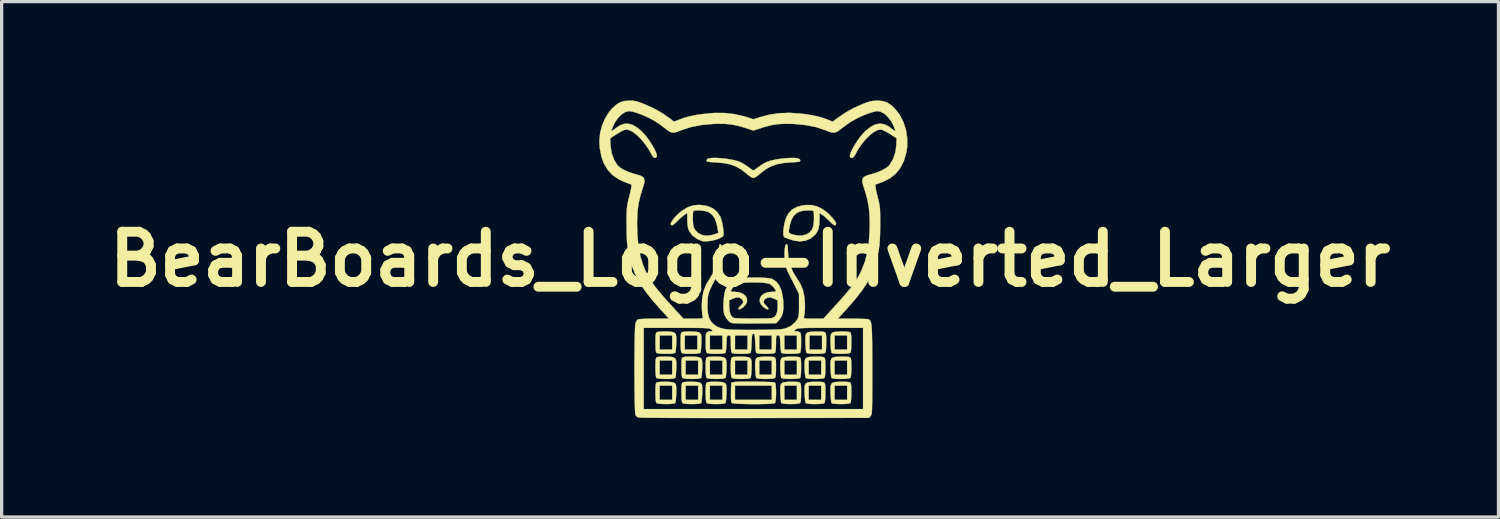
<source format=kicad_pcb>
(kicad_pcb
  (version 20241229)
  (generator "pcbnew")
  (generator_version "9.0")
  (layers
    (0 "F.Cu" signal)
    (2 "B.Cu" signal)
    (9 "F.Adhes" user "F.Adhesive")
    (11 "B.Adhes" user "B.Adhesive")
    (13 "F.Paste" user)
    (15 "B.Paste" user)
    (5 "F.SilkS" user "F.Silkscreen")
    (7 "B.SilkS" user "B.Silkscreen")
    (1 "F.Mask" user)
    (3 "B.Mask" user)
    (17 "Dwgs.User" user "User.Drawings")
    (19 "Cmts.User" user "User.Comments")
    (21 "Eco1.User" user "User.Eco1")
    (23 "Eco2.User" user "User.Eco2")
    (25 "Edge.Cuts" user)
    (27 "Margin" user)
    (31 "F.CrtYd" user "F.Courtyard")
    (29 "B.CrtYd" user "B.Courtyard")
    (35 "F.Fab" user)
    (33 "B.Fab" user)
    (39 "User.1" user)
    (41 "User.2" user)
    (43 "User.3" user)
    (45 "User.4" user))
  (footprint "BearBoards_Logo-Inverted_Larger"
    (layer "F.Cu")
    (at 19.71 4.816)
    (property "Reference" "BearBoards_Logo-Inverted_Larger" (at 0 0 0) (layer "F.SilkS") (effects (font (size 1.524 1.524) (thickness 0.3))))
    (attr through_hole)
    (fp_poly (pts (xy -2.542 2.195) (xy -2.417 2.2) (xy -2.331 2.213) (xy -2.277 2.242) (xy -2.248 2.294) (xy -2.237 2.379) (xy -2.238 2.504) (xy -2.24 2.553) (xy -2.246 2.664) (xy -2.254 2.757) (xy -2.263 2.82) (xy -2.269 2.838) (xy -2.303 2.853) (xy -2.374 2.864) (xy -2.47 2.87) (xy -2.576 2.871) (xy -2.679 2.868) (xy -2.767 2.86) (xy -2.826 2.848) (xy -2.84 2.84) (xy -2.856 2.796) (xy -2.866 2.703) (xy -2.87 2.562) (xy -2.87 2.523) (xy -2.869 2.396) (xy -2.865 2.311) (xy -2.743 2.311) (xy -2.743 2.743) (xy -2.362 2.743) (xy -2.362 2.311) (xy -2.743 2.311) (xy -2.865 2.311) (xy -2.865 2.311) (xy -2.857 2.258) (xy -2.844 2.228) (xy -2.825 2.213) (xy -2.781 2.203) (xy -2.7 2.197) (xy -2.597 2.194) (xy -2.542 2.195)) (stroke (width 0.01) (type solid)) (fill yes) (layer "F.SilkS"))
    (fp_poly (pts (xy -2.542 2.957) (xy -2.417 2.962) (xy -2.331 2.975) (xy -2.277 3.004) (xy -2.248 3.056) (xy -2.237 3.141) (xy -2.238 3.266) (xy -2.24 3.315) (xy -2.246 3.426) (xy -2.254 3.519) (xy -2.263 3.582) (xy -2.269 3.6) (xy -2.303 3.615) (xy -2.374 3.626) (xy -2.47 3.632) (xy -2.576 3.633) (xy -2.679 3.63) (xy -2.767 3.622) (xy -2.826 3.61) (xy -2.84 3.602) (xy -2.856 3.558) (xy -2.866 3.465) (xy -2.87 3.324) (xy -2.87 3.285) (xy -2.869 3.158) (xy -2.865 3.073) (xy -2.743 3.073) (xy -2.743 3.505) (xy -2.362 3.505) (xy -2.362 3.073) (xy -2.743 3.073) (xy -2.865 3.073) (xy -2.865 3.073) (xy -2.857 3.02) (xy -2.844 2.99) (xy -2.825 2.975) (xy -2.781 2.965) (xy -2.7 2.959) (xy -2.597 2.956) (xy -2.542 2.957)) (stroke (width 0.01) (type solid)) (fill yes) (layer "F.SilkS"))
    (fp_poly (pts (xy -2.542 3.719) (xy -2.417 3.724) (xy -2.331 3.737) (xy -2.277 3.766) (xy -2.248 3.818) (xy -2.237 3.903) (xy -2.238 4.028) (xy -2.24 4.077) (xy -2.246 4.188) (xy -2.254 4.281) (xy -2.263 4.344) (xy -2.269 4.362) (xy -2.303 4.377) (xy -2.374 4.388) (xy -2.47 4.394) (xy -2.576 4.395) (xy -2.679 4.392) (xy -2.767 4.384) (xy -2.826 4.372) (xy -2.84 4.364) (xy -2.856 4.32) (xy -2.866 4.227) (xy -2.87 4.086) (xy -2.87 4.047) (xy -2.869 3.92) (xy -2.865 3.835) (xy -2.743 3.835) (xy -2.743 4.267) (xy -2.362 4.267) (xy -2.362 3.835) (xy -2.743 3.835) (xy -2.865 3.835) (xy -2.865 3.835) (xy -2.857 3.782) (xy -2.844 3.752) (xy -2.825 3.737) (xy -2.781 3.727) (xy -2.7 3.721) (xy -2.597 3.718) (xy -2.542 3.719)) (stroke (width 0.01) (type solid)) (fill yes) (layer "F.SilkS"))
    (fp_poly (pts (xy -1.78 2.195) (xy -1.655 2.2) (xy -1.569 2.213) (xy -1.515 2.242) (xy -1.486 2.294) (xy -1.475 2.379) (xy -1.476 2.504) (xy -1.478 2.553) (xy -1.484 2.664) (xy -1.492 2.757) (xy -1.501 2.82) (xy -1.507 2.838) (xy -1.541 2.853) (xy -1.612 2.864) (xy -1.708 2.87) (xy -1.814 2.871) (xy -1.917 2.868) (xy -2.005 2.86) (xy -2.064 2.848) (xy -2.078 2.84) (xy -2.094 2.796) (xy -2.104 2.703) (xy -2.108 2.562) (xy -2.108 2.523) (xy -2.107 2.396) (xy -2.103 2.311) (xy -1.981 2.311) (xy -1.981 2.743) (xy -1.6 2.743) (xy -1.6 2.311) (xy -1.981 2.311) (xy -2.103 2.311) (xy -2.103 2.311) (xy -2.095 2.258) (xy -2.082 2.228) (xy -2.063 2.213) (xy -2.019 2.203) (xy -1.938 2.197) (xy -1.835 2.194) (xy -1.78 2.195)) (stroke (width 0.01) (type solid)) (fill yes) (layer "F.SilkS"))
    (fp_poly (pts (xy -1.755 2.957) (xy -1.63 2.962) (xy -1.544 2.975) (xy -1.489 3.004) (xy -1.46 3.056) (xy -1.45 3.141) (xy -1.451 3.266) (xy -1.453 3.315) (xy -1.458 3.426) (xy -1.467 3.519) (xy -1.476 3.582) (xy -1.482 3.6) (xy -1.516 3.615) (xy -1.587 3.626) (xy -1.682 3.632) (xy -1.788 3.633) (xy -1.892 3.63) (xy -1.979 3.622) (xy -2.038 3.61) (xy -2.052 3.602) (xy -2.068 3.558) (xy -2.078 3.465) (xy -2.083 3.324) (xy -2.083 3.285) (xy -2.082 3.158) (xy -2.078 3.073) (xy -1.956 3.073) (xy -1.956 3.505) (xy -1.575 3.505) (xy -1.575 3.073) (xy -1.956 3.073) (xy -2.078 3.073) (xy -2.078 3.073) (xy -2.07 3.02) (xy -2.057 2.99) (xy -2.038 2.975) (xy -1.994 2.965) (xy -1.913 2.959) (xy -1.809 2.956) (xy -1.755 2.957)) (stroke (width 0.01) (type solid)) (fill yes) (layer "F.SilkS"))
    (fp_poly (pts (xy -1.755 3.719) (xy -1.63 3.724) (xy -1.544 3.737) (xy -1.489 3.766) (xy -1.46 3.818) (xy -1.45 3.903) (xy -1.451 4.028) (xy -1.453 4.077) (xy -1.458 4.188) (xy -1.467 4.281) (xy -1.476 4.344) (xy -1.482 4.362) (xy -1.516 4.377) (xy -1.587 4.388) (xy -1.682 4.394) (xy -1.788 4.395) (xy -1.892 4.392) (xy -1.979 4.384) (xy -2.038 4.372) (xy -2.052 4.364) (xy -2.068 4.32) (xy -2.078 4.227) (xy -2.083 4.086) (xy -2.083 4.047) (xy -2.082 3.92) (xy -2.078 3.835) (xy -1.956 3.835) (xy -1.956 4.267) (xy -1.575 4.267) (xy -1.575 3.835) (xy -1.956 3.835) (xy -2.078 3.835) (xy -2.078 3.835) (xy -2.07 3.782) (xy -2.057 3.752) (xy -2.038 3.737) (xy -1.994 3.727) (xy -1.913 3.721) (xy -1.809 3.718) (xy -1.755 3.719)) (stroke (width 0.01) (type solid)) (fill yes) (layer "F.SilkS"))
    (fp_poly (pts (xy -1.018 2.957) (xy -0.893 2.962) (xy -0.807 2.975) (xy -0.753 3.004) (xy -0.724 3.056) (xy -0.713 3.141) (xy -0.714 3.266) (xy -0.716 3.315) (xy -0.722 3.426) (xy -0.73 3.519) (xy -0.739 3.582) (xy -0.745 3.6) (xy -0.779 3.615) (xy -0.85 3.626) (xy -0.946 3.632) (xy -1.052 3.633) (xy -1.155 3.63) (xy -1.243 3.622) (xy -1.302 3.61) (xy -1.316 3.602) (xy -1.332 3.558) (xy -1.342 3.465) (xy -1.346 3.324) (xy -1.346 3.285) (xy -1.345 3.158) (xy -1.341 3.073) (xy -1.219 3.073) (xy -1.219 3.505) (xy -0.838 3.505) (xy -0.838 3.073) (xy -1.219 3.073) (xy -1.341 3.073) (xy -1.341 3.073) (xy -1.333 3.02) (xy -1.32 2.99) (xy -1.301 2.975) (xy -1.257 2.965) (xy -1.176 2.959) (xy -1.073 2.956) (xy -1.018 2.957)) (stroke (width 0.01) (type solid)) (fill yes) (layer "F.SilkS"))
    (fp_poly (pts (xy -1.018 3.719) (xy -0.893 3.724) (xy -0.807 3.737) (xy -0.753 3.766) (xy -0.724 3.818) (xy -0.713 3.903) (xy -0.714 4.028) (xy -0.716 4.077) (xy -0.722 4.188) (xy -0.73 4.281) (xy -0.739 4.344) (xy -0.745 4.362) (xy -0.779 4.377) (xy -0.85 4.388) (xy -0.946 4.394) (xy -1.052 4.395) (xy -1.155 4.392) (xy -1.243 4.384) (xy -1.302 4.372) (xy -1.316 4.364) (xy -1.332 4.32) (xy -1.342 4.227) (xy -1.346 4.086) (xy -1.346 4.047) (xy -1.345 3.92) (xy -1.341 3.835) (xy -1.219 3.835) (xy -1.219 4.267) (xy -0.838 4.267) (xy -0.838 3.835) (xy -1.219 3.835) (xy -1.341 3.835) (xy -1.341 3.835) (xy -1.333 3.782) (xy -1.32 3.752) (xy -1.301 3.737) (xy -1.257 3.727) (xy -1.176 3.721) (xy -1.073 3.718) (xy -1.018 3.719)) (stroke (width 0.01) (type solid)) (fill yes) (layer "F.SilkS"))
    (fp_poly (pts (xy -0.256 2.957) (xy -0.131 2.962) (xy -0.045 2.975) (xy 0.009 3.004) (xy 0.038 3.056) (xy 0.049 3.141) (xy 0.048 3.266) (xy 0.046 3.315) (xy 0.04 3.426) (xy 0.032 3.519) (xy 0.023 3.582) (xy 0.017 3.6) (xy -0.017 3.615) (xy -0.088 3.626) (xy -0.184 3.632) (xy -0.29 3.633) (xy -0.393 3.63) (xy -0.481 3.622) (xy -0.54 3.61) (xy -0.554 3.602) (xy -0.57 3.558) (xy -0.58 3.465) (xy -0.584 3.324) (xy -0.584 3.285) (xy -0.583 3.158) (xy -0.579 3.073) (xy -0.457 3.073) (xy -0.457 3.505) (xy -0.076 3.505) (xy -0.076 3.073) (xy -0.457 3.073) (xy -0.579 3.073) (xy -0.579 3.073) (xy -0.571 3.02) (xy -0.558 2.99) (xy -0.539 2.975) (xy -0.495 2.965) (xy -0.414 2.959) (xy -0.311 2.956) (xy -0.256 2.957)) (stroke (width 0.01) (type solid)) (fill yes) (layer "F.SilkS"))
    (fp_poly (pts (xy 0.663 2.961) (xy 0.727 2.97) (xy 0.743 2.975) (xy 0.762 2.992) (xy 0.775 3.023) (xy 0.783 3.078) (xy 0.787 3.166) (xy 0.787 3.285) (xy 0.784 3.437) (xy 0.776 3.541) (xy 0.761 3.596) (xy 0.757 3.602) (xy 0.717 3.617) (xy 0.642 3.627) (xy 0.545 3.632) (xy 0.438 3.633) (xy 0.336 3.629) (xy 0.251 3.621) (xy 0.197 3.608) (xy 0.186 3.6) (xy 0.177 3.563) (xy 0.168 3.487) (xy 0.161 3.385) (xy 0.157 3.315) (xy 0.154 3.176) (xy 0.16 3.079) (xy 0.162 3.073) (xy 0.279 3.073) (xy 0.279 3.505) (xy 0.66 3.505) (xy 0.66 3.073) (xy 0.279 3.073) (xy 0.162 3.073) (xy 0.182 3.017) (xy 0.228 2.982) (xy 0.303 2.965) (xy 0.416 2.958) (xy 0.46 2.957) (xy 0.569 2.957) (xy 0.663 2.961)) (stroke (width 0.01) (type solid)) (fill yes) (layer "F.SilkS"))
    (fp_poly (pts (xy 1.425 2.961) (xy 1.489 2.97) (xy 1.505 2.975) (xy 1.524 2.992) (xy 1.537 3.023) (xy 1.545 3.078) (xy 1.549 3.166) (xy 1.549 3.285) (xy 1.546 3.437) (xy 1.538 3.541) (xy 1.523 3.596) (xy 1.519 3.602) (xy 1.479 3.617) (xy 1.404 3.627) (xy 1.307 3.632) (xy 1.2 3.633) (xy 1.098 3.629) (xy 1.013 3.621) (xy 0.959 3.608) (xy 0.948 3.6) (xy 0.939 3.563) (xy 0.93 3.487) (xy 0.923 3.385) (xy 0.919 3.315) (xy 0.916 3.176) (xy 0.922 3.079) (xy 0.924 3.073) (xy 1.041 3.073) (xy 1.041 3.505) (xy 1.422 3.505) (xy 1.422 3.073) (xy 1.041 3.073) (xy 0.924 3.073) (xy 0.944 3.017) (xy 0.99 2.982) (xy 1.065 2.965) (xy 1.178 2.958) (xy 1.222 2.957) (xy 1.331 2.957) (xy 1.425 2.961)) (stroke (width 0.01) (type solid)) (fill yes) (layer "F.SilkS"))
    (fp_poly (pts (xy 1.425 3.723) (xy 1.489 3.732) (xy 1.505 3.737) (xy 1.524 3.754) (xy 1.537 3.785) (xy 1.545 3.84) (xy 1.549 3.928) (xy 1.549 4.047) (xy 1.546 4.199) (xy 1.538 4.303) (xy 1.523 4.358) (xy 1.519 4.364) (xy 1.479 4.379) (xy 1.404 4.389) (xy 1.307 4.394) (xy 1.2 4.395) (xy 1.098 4.391) (xy 1.013 4.383) (xy 0.959 4.37) (xy 0.948 4.362) (xy 0.939 4.325) (xy 0.93 4.249) (xy 0.923 4.147) (xy 0.919 4.077) (xy 0.916 3.938) (xy 0.922 3.841) (xy 0.924 3.835) (xy 1.041 3.835) (xy 1.041 4.267) (xy 1.422 4.267) (xy 1.422 3.835) (xy 1.041 3.835) (xy 0.924 3.835) (xy 0.944 3.779) (xy 0.99 3.744) (xy 1.065 3.727) (xy 1.178 3.72) (xy 1.222 3.719) (xy 1.331 3.719) (xy 1.425 3.723)) (stroke (width 0.01) (type solid)) (fill yes) (layer "F.SilkS"))
    (fp_poly (pts (xy 2.161 2.961) (xy 2.225 2.97) (xy 2.241 2.975) (xy 2.261 2.992) (xy 2.274 3.023) (xy 2.282 3.078) (xy 2.285 3.166) (xy 2.286 3.285) (xy 2.283 3.437) (xy 2.274 3.541) (xy 2.26 3.596) (xy 2.256 3.602) (xy 2.216 3.617) (xy 2.141 3.627) (xy 2.044 3.632) (xy 1.937 3.633) (xy 1.835 3.629) (xy 1.75 3.621) (xy 1.696 3.608) (xy 1.685 3.6) (xy 1.676 3.563) (xy 1.667 3.487) (xy 1.659 3.385) (xy 1.656 3.315) (xy 1.653 3.176) (xy 1.659 3.079) (xy 1.661 3.073) (xy 1.778 3.073) (xy 1.778 3.505) (xy 2.159 3.505) (xy 2.159 3.073) (xy 1.778 3.073) (xy 1.661 3.073) (xy 1.681 3.017) (xy 1.727 2.982) (xy 1.802 2.965) (xy 1.914 2.958) (xy 1.958 2.957) (xy 2.068 2.957) (xy 2.161 2.961)) (stroke (width 0.01) (type solid)) (fill yes) (layer "F.SilkS"))
    (fp_poly (pts (xy 2.161 3.723) (xy 2.225 3.732) (xy 2.241 3.737) (xy 2.261 3.754) (xy 2.274 3.785) (xy 2.282 3.84) (xy 2.285 3.928) (xy 2.286 4.047) (xy 2.283 4.199) (xy 2.274 4.303) (xy 2.26 4.358) (xy 2.256 4.364) (xy 2.216 4.379) (xy 2.141 4.389) (xy 2.044 4.394) (xy 1.937 4.395) (xy 1.835 4.391) (xy 1.75 4.383) (xy 1.696 4.37) (xy 1.685 4.362) (xy 1.676 4.325) (xy 1.667 4.249) (xy 1.659 4.147) (xy 1.656 4.077) (xy 1.653 3.938) (xy 1.659 3.841) (xy 1.661 3.835) (xy 1.778 3.835) (xy 1.778 4.267) (xy 2.159 4.267) (xy 2.159 3.835) (xy 1.778 3.835) (xy 1.661 3.835) (xy 1.681 3.779) (xy 1.727 3.744) (xy 1.802 3.727) (xy 1.914 3.72) (xy 1.958 3.719) (xy 2.068 3.719) (xy 2.161 3.723)) (stroke (width 0.01) (type solid)) (fill yes) (layer "F.SilkS"))
    (fp_poly (pts (xy 2.187 2.199) (xy 2.251 2.208) (xy 2.267 2.213) (xy 2.286 2.23) (xy 2.299 2.261) (xy 2.307 2.316) (xy 2.311 2.404) (xy 2.311 2.523) (xy 2.308 2.675) (xy 2.3 2.779) (xy 2.285 2.834) (xy 2.281 2.84) (xy 2.241 2.855) (xy 2.166 2.865) (xy 2.069 2.87) (xy 1.962 2.871) (xy 1.86 2.867) (xy 1.775 2.859) (xy 1.721 2.846) (xy 1.71 2.838) (xy 1.701 2.801) (xy 1.692 2.725) (xy 1.685 2.623) (xy 1.681 2.553) (xy 1.678 2.414) (xy 1.684 2.317) (xy 1.686 2.311) (xy 1.803 2.311) (xy 1.803 2.743) (xy 2.184 2.743) (xy 2.184 2.311) (xy 1.803 2.311) (xy 1.686 2.311) (xy 1.706 2.255) (xy 1.752 2.22) (xy 1.827 2.203) (xy 1.94 2.196) (xy 1.984 2.195) (xy 2.093 2.195) (xy 2.187 2.199)) (stroke (width 0.01) (type solid)) (fill yes) (layer "F.SilkS"))
    (fp_poly (pts (xy 2.949 2.199) (xy 3.013 2.208) (xy 3.029 2.213) (xy 3.048 2.23) (xy 3.061 2.261) (xy 3.069 2.316) (xy 3.073 2.404) (xy 3.073 2.523) (xy 3.07 2.675) (xy 3.062 2.779) (xy 3.047 2.834) (xy 3.043 2.84) (xy 3.003 2.855) (xy 2.928 2.865) (xy 2.831 2.87) (xy 2.724 2.871) (xy 2.622 2.867) (xy 2.537 2.859) (xy 2.483 2.846) (xy 2.472 2.838) (xy 2.463 2.801) (xy 2.454 2.725) (xy 2.447 2.623) (xy 2.443 2.553) (xy 2.44 2.414) (xy 2.446 2.317) (xy 2.448 2.311) (xy 2.565 2.311) (xy 2.565 2.743) (xy 2.946 2.743) (xy 2.946 2.311) (xy 2.565 2.311) (xy 2.448 2.311) (xy 2.468 2.255) (xy 2.514 2.22) (xy 2.589 2.203) (xy 2.702 2.196) (xy 2.746 2.195) (xy 2.855 2.195) (xy 2.949 2.199)) (stroke (width 0.01) (type solid)) (fill yes) (layer "F.SilkS"))
    (fp_poly (pts (xy 2.949 2.961) (xy 3.013 2.97) (xy 3.029 2.975) (xy 3.048 2.992) (xy 3.061 3.023) (xy 3.069 3.078) (xy 3.073 3.166) (xy 3.073 3.285) (xy 3.07 3.437) (xy 3.062 3.541) (xy 3.047 3.596) (xy 3.043 3.602) (xy 3.003 3.617) (xy 2.928 3.627) (xy 2.831 3.632) (xy 2.724 3.633) (xy 2.622 3.629) (xy 2.537 3.621) (xy 2.483 3.608) (xy 2.472 3.6) (xy 2.463 3.563) (xy 2.454 3.487) (xy 2.447 3.385) (xy 2.443 3.315) (xy 2.44 3.176) (xy 2.446 3.079) (xy 2.448 3.073) (xy 2.565 3.073) (xy 2.565 3.505) (xy 2.946 3.505) (xy 2.946 3.073) (xy 2.565 3.073) (xy 2.448 3.073) (xy 2.468 3.017) (xy 2.514 2.982) (xy 2.589 2.965) (xy 2.702 2.958) (xy 2.746 2.957) (xy 2.855 2.957) (xy 2.949 2.961)) (stroke (width 0.01) (type solid)) (fill yes) (layer "F.SilkS"))
    (fp_poly (pts (xy 2.949 3.723) (xy 3.013 3.732) (xy 3.029 3.737) (xy 3.048 3.754) (xy 3.061 3.785) (xy 3.069 3.84) (xy 3.073 3.928) (xy 3.073 4.047) (xy 3.07 4.199) (xy 3.062 4.303) (xy 3.047 4.358) (xy 3.043 4.364) (xy 3.003 4.379) (xy 2.928 4.389) (xy 2.831 4.394) (xy 2.724 4.395) (xy 2.622 4.391) (xy 2.537 4.383) (xy 2.483 4.37) (xy 2.472 4.362) (xy 2.463 4.325) (xy 2.454 4.249) (xy 2.447 4.147) (xy 2.443 4.077) (xy 2.44 3.938) (xy 2.446 3.841) (xy 2.448 3.835) (xy 2.565 3.835) (xy 2.565 4.267) (xy 2.946 4.267) (xy 2.946 3.835) (xy 2.565 3.835) (xy 2.448 3.835) (xy 2.468 3.779) (xy 2.514 3.744) (xy 2.589 3.727) (xy 2.702 3.72) (xy 2.746 3.719) (xy 2.855 3.719) (xy 2.949 3.723)) (stroke (width 0.01) (type solid)) (fill yes) (layer "F.SilkS"))
    (fp_poly (pts (xy 0.053 3.715) (xy 0.21 3.716) (xy 0.363 3.719) (xy 0.502 3.723) (xy 0.619 3.727) (xy 0.705 3.733) (xy 0.752 3.74) (xy 0.756 3.742) (xy 0.77 3.776) (xy 0.78 3.847) (xy 0.787 3.945) (xy 0.789 4.054) (xy 0.787 4.164) (xy 0.78 4.261) (xy 0.77 4.332) (xy 0.757 4.364) (xy 0.721 4.375) (xy 0.643 4.383) (xy 0.532 4.39) (xy 0.396 4.394) (xy 0.244 4.397) (xy 0.085 4.397) (xy -0.074 4.395) (xy -0.224 4.391) (xy -0.356 4.386) (xy -0.461 4.378) (xy -0.531 4.368) (xy -0.557 4.359) (xy -0.571 4.312) (xy -0.579 4.216) (xy -0.579 4.071) (xy -0.579 4.037) (xy -0.574 3.835) (xy -0.457 3.835) (xy -0.457 4.267) (xy 0.66 4.267) (xy 0.66 3.835) (xy -0.457 3.835) (xy -0.574 3.835) (xy -0.572 3.75) (xy -0.495 3.729) (xy -0.447 3.723) (xy -0.359 3.719) (xy -0.241 3.716) (xy -0.1 3.715) (xy 0.053 3.715)) (stroke (width 0.01) (type solid)) (fill yes) (layer "F.SilkS"))
    (fp_poly (pts (xy 1.381 -3.071) (xy 1.467 -3.057) (xy 1.512 -3.028) (xy 1.524 -2.998) (xy 1.518 -2.977) (xy 1.495 -2.963) (xy 1.446 -2.953) (xy 1.363 -2.946) (xy 1.251 -2.94) (xy 1.013 -2.919) (xy 0.813 -2.881) (xy 0.639 -2.82) (xy 0.483 -2.735) (xy 0.331 -2.619) (xy 0.311 -2.601) (xy 0.217 -2.524) (xy 0.141 -2.478) (xy 0.098 -2.465) (xy 0.047 -2.483) (xy -0.028 -2.532) (xy -0.114 -2.603) (xy -0.262 -2.721) (xy -0.415 -2.81) (xy -0.582 -2.873) (xy -0.774 -2.914) (xy -1.003 -2.937) (xy -1.048 -2.94) (xy -1.17 -2.946) (xy -1.249 -2.954) (xy -1.295 -2.964) (xy -1.316 -2.979) (xy -1.321 -2.998) (xy -1.299 -3.038) (xy -1.264 -3.057) (xy -1.162 -3.072) (xy -1.026 -3.074) (xy -0.867 -3.064) (xy -0.701 -3.045) (xy -0.54 -3.018) (xy -0.399 -2.984) (xy -0.301 -2.95) (xy -0.221 -2.908) (xy -0.124 -2.848) (xy -0.051 -2.797) (xy 0.02 -2.745) (xy 0.075 -2.707) (xy 0.101 -2.692) (xy 0.102 -2.692) (xy 0.127 -2.707) (xy 0.182 -2.744) (xy 0.253 -2.796) (xy 0.255 -2.797) (xy 0.346 -2.861) (xy 0.441 -2.918) (xy 0.505 -2.95) (xy 0.619 -2.989) (xy 0.764 -3.022) (xy 0.926 -3.048) (xy 1.092 -3.066) (xy 1.248 -3.074) (xy 1.381 -3.071)) (stroke (width 0.01) (type solid)) (fill yes) (layer "F.SilkS"))
    (fp_poly (pts (xy -1.489 -1.645) (xy -1.293 -1.613) (xy -1.13 -1.543) (xy -1.001 -1.438) (xy -0.908 -1.3) (xy -0.879 -1.226) (xy -0.85 -1.122) (xy -0.827 -1.006) (xy -0.811 -0.892) (xy -0.804 -0.795) (xy -0.808 -0.727) (xy -0.813 -0.711) (xy -0.86 -0.667) (xy -0.945 -0.625) (xy -1.055 -0.588) (xy -1.177 -0.561) (xy -1.298 -0.545) (xy -1.405 -0.543) (xy -1.473 -0.556) (xy -1.626 -0.626) (xy -1.752 -0.725) (xy -1.842 -0.844) (xy -1.878 -0.933) (xy -1.892 -1.008) (xy -1.901 -1.111) (xy -1.905 -1.214) (xy -1.905 -1.263) (xy -1.736 -1.263) (xy -1.736 -1.217) (xy -1.731 -1.097) (xy -1.721 -1.012) (xy -1.701 -0.949) (xy -1.676 -0.901) (xy -1.586 -0.802) (xy -1.467 -0.739) (xy -1.325 -0.714) (xy -1.169 -0.73) (xy -1.085 -0.755) (xy -0.963 -0.798) (xy -0.978 -0.901) (xy -1.017 -1.09) (xy -1.07 -1.235) (xy -1.141 -1.341) (xy -1.233 -1.414) (xy -1.314 -1.45) (xy -1.39 -1.467) (xy -1.483 -1.479) (xy -1.579 -1.483) (xy -1.66 -1.48) (xy -1.711 -1.469) (xy -1.719 -1.465) (xy -1.728 -1.431) (xy -1.734 -1.36) (xy -1.736 -1.263) (xy -1.905 -1.263) (xy -1.905 -1.4) (xy -1.983 -1.354) (xy -2.038 -1.313) (xy -2.113 -1.248) (xy -2.192 -1.171) (xy -2.202 -1.161) (xy -2.287 -1.078) (xy -2.347 -1.035) (xy -2.385 -1.03) (xy -2.406 -1.062) (xy -2.408 -1.071) (xy -2.395 -1.116) (xy -2.352 -1.184) (xy -2.287 -1.265) (xy -2.207 -1.35) (xy -2.122 -1.428) (xy -2.065 -1.472) (xy -1.902 -1.572) (xy -1.743 -1.629) (xy -1.574 -1.648) (xy -1.489 -1.645)) (stroke (width 0.01) (type solid)) (fill yes) (layer "F.SilkS"))
    (fp_poly (pts (xy 1.872 -1.642) (xy 2.034 -1.602) (xy 2.193 -1.523) (xy 2.268 -1.472) (xy 2.354 -1.404) (xy 2.438 -1.322) (xy 2.514 -1.237) (xy 2.573 -1.16) (xy 2.607 -1.098) (xy 2.611 -1.071) (xy 2.593 -1.033) (xy 2.558 -1.032) (xy 2.503 -1.068) (xy 2.422 -1.144) (xy 2.405 -1.161) (xy 2.327 -1.238) (xy 2.251 -1.306) (xy 2.192 -1.35) (xy 2.186 -1.354) (xy 2.108 -1.4) (xy 2.108 -1.214) (xy 2.1 -1.05) (xy 2.076 -0.923) (xy 2.03 -0.821) (xy 1.976 -0.747) (xy 1.845 -0.634) (xy 1.692 -0.565) (xy 1.521 -0.542) (xy 1.335 -0.565) (xy 1.232 -0.596) (xy 1.146 -0.627) (xy 1.081 -0.65) (xy 1.05 -0.66) (xy 1.049 -0.66) (xy 1.034 -0.68) (xy 1.018 -0.707) (xy 1.008 -0.761) (xy 1.01 -0.838) (xy 1.174 -0.838) (xy 1.185 -0.802) (xy 1.225 -0.777) (xy 1.275 -0.757) (xy 1.425 -0.72) (xy 1.574 -0.718) (xy 1.707 -0.752) (xy 1.726 -0.761) (xy 1.817 -0.822) (xy 1.88 -0.901) (xy 1.919 -1.007) (xy 1.937 -1.149) (xy 1.939 -1.217) (xy 1.939 -1.321) (xy 1.934 -1.404) (xy 1.926 -1.456) (xy 1.922 -1.465) (xy 1.882 -1.478) (xy 1.808 -1.483) (xy 1.715 -1.481) (xy 1.619 -1.471) (xy 1.537 -1.456) (xy 1.517 -1.45) (xy 1.408 -1.397) (xy 1.322 -1.315) (xy 1.257 -1.198) (xy 1.208 -1.041) (xy 1.182 -0.901) (xy 1.174 -0.838) (xy 1.01 -0.838) (xy 1.01 -0.85) (xy 1.022 -0.962) (xy 1.044 -1.081) (xy 1.073 -1.196) (xy 1.082 -1.226) (xy 1.158 -1.38) (xy 1.27 -1.5) (xy 1.419 -1.586) (xy 1.6 -1.635) (xy 1.692 -1.645) (xy 1.872 -1.642)) (stroke (width 0.01) (type solid)) (fill yes) (layer "F.SilkS"))
    (fp_poly (pts (xy 0.297 0.558) (xy 0.442 0.565) (xy 0.562 0.576) (xy 0.649 0.591) (xy 0.676 0.6) (xy 0.797 0.683) (xy 0.89 0.805) (xy 0.957 0.967) (xy 0.997 1.17) (xy 1.008 1.295) (xy 1.012 1.471) (xy 0.998 1.609) (xy 0.964 1.72) (xy 0.908 1.813) (xy 0.877 1.85) (xy 0.791 1.943) (xy 0.135 1.948) (xy -0.045 1.949) (xy -0.21 1.948) (xy -0.353 1.946) (xy -0.467 1.942) (xy -0.543 1.937) (xy -0.574 1.932) (xy -0.646 1.881) (xy -0.717 1.796) (xy -0.772 1.696) (xy -0.79 1.643) (xy -0.804 1.55) (xy -0.808 1.423) (xy -0.803 1.281) (xy -0.8 1.249) (xy -0.635 1.249) (xy -0.635 1.431) (xy -0.623 1.579) (xy -0.588 1.691) (xy -0.532 1.762) (xy -0.478 1.785) (xy -0.426 1.79) (xy -0.334 1.794) (xy -0.211 1.797) (xy -0.068 1.799) (xy 0.085 1.8) (xy 0.239 1.799) (xy 0.383 1.798) (xy 0.507 1.796) (xy 0.602 1.792) (xy 0.657 1.788) (xy 0.66 1.787) (xy 0.742 1.751) (xy 0.798 1.678) (xy 0.83 1.565) (xy 0.838 1.431) (xy 0.838 1.249) (xy 0.725 1.194) (xy 0.62 1.158) (xy 0.535 1.163) (xy 0.455 1.21) (xy 0.451 1.213) (xy 0.411 1.272) (xy 0.421 1.336) (xy 0.482 1.405) (xy 0.483 1.406) (xy 0.543 1.467) (xy 0.561 1.508) (xy 0.541 1.522) (xy 0.49 1.507) (xy 0.417 1.461) (xy 0.333 1.373) (xy 0.295 1.282) (xy 0.299 1.192) (xy 0.342 1.111) (xy 0.422 1.046) (xy 0.533 1.004) (xy 0.658 0.991) (xy 0.731 0.988) (xy 0.778 0.98) (xy 0.787 0.975) (xy 0.769 0.923) (xy 0.722 0.859) (xy 0.661 0.797) (xy 0.599 0.752) (xy 0.593 0.749) (xy 0.522 0.729) (xy 0.412 0.714) (xy 0.276 0.705) (xy 0.125 0.702) (xy -0.027 0.704) (xy -0.168 0.711) (xy -0.288 0.724) (xy -0.373 0.742) (xy -0.39 0.749) (xy -0.452 0.791) (xy -0.514 0.853) (xy -0.562 0.918) (xy -0.584 0.971) (xy -0.584 0.975) (xy -0.561 0.984) (xy -0.503 0.989) (xy -0.455 0.991) (xy -0.317 1.007) (xy -0.209 1.052) (xy -0.133 1.119) (xy -0.093 1.201) (xy -0.093 1.291) (xy -0.136 1.383) (xy -0.214 1.461) (xy -0.29 1.509) (xy -0.34 1.522) (xy -0.358 1.506) (xy -0.338 1.465) (xy -0.279 1.406) (xy -0.218 1.337) (xy -0.208 1.273) (xy -0.247 1.214) (xy -0.248 1.213) (xy -0.327 1.164) (xy -0.412 1.157) (xy -0.515 1.191) (xy -0.521 1.194) (xy -0.635 1.249) (xy -0.8 1.249) (xy -0.79 1.138) (xy -0.77 1.013) (xy -0.75 0.938) (xy -0.685 0.805) (xy -0.595 0.69) (xy -0.491 0.609) (xy -0.473 0.6) (xy -0.409 0.583) (xy -0.306 0.57) (xy -0.172 0.561) (xy -0.02 0.556) (xy 0.14 0.555) (xy 0.297 0.558)) (stroke (width 0.01) (type solid)) (fill yes) (layer "F.SilkS"))
    (fp_poly (pts (xy 4.017 -4.8) (xy 4.147 -4.761) (xy 4.268 -4.687) (xy 4.383 -4.582) (xy 4.534 -4.391) (xy 4.65 -4.17) (xy 4.73 -3.927) (xy 4.769 -3.671) (xy 4.768 -3.41) (xy 4.741 -3.23) (xy 4.667 -2.981) (xy 4.56 -2.769) (xy 4.418 -2.594) (xy 4.24 -2.453) (xy 4.025 -2.346) (xy 3.924 -2.311) (xy 3.856 -2.287) (xy 3.809 -2.266) (xy 3.802 -2.261) (xy 3.8 -2.23) (xy 3.81 -2.161) (xy 3.83 -2.061) (xy 3.858 -1.942) (xy 3.865 -1.915) (xy 3.893 -1.805) (xy 3.914 -1.715) (xy 3.929 -1.635) (xy 3.939 -1.554) (xy 3.945 -1.461) (xy 3.948 -1.348) (xy 3.949 -1.202) (xy 3.949 -1.041) (xy 3.946 -0.799) (xy 3.938 -0.596) (xy 3.924 -0.42) (xy 3.902 -0.26) (xy 3.87 -0.103) (xy 3.826 0.061) (xy 3.782 0.207) (xy 3.714 0.395) (xy 3.629 0.578) (xy 3.523 0.764) (xy 3.391 0.957) (xy 3.229 1.166) (xy 3.033 1.397) (xy 2.935 1.506) (xy 2.666 1.803) (xy 3.112 1.803) (xy 3.267 1.805) (xy 3.403 1.809) (xy 3.511 1.815) (xy 3.583 1.823) (xy 3.607 1.829) (xy 3.629 1.844) (xy 3.647 1.865) (xy 3.662 1.898) (xy 3.674 1.947) (xy 3.684 2.014) (xy 3.692 2.104) (xy 3.698 2.221) (xy 3.702 2.369) (xy 3.705 2.551) (xy 3.707 2.772) (xy 3.708 3.037) (xy 3.708 3.347) (xy 3.708 3.369) (xy 3.708 3.663) (xy 3.708 3.91) (xy 3.707 4.115) (xy 3.706 4.281) (xy 3.704 4.414) (xy 3.701 4.518) (xy 3.698 4.596) (xy 3.693 4.653) (xy 3.687 4.693) (xy 3.679 4.72) (xy 3.67 4.739) (xy 3.66 4.753) (xy 3.611 4.813) (xy 0.136 4.818) (xy -0.302 4.819) (xy -0.721 4.819) (xy -1.12 4.819) (xy -1.496 4.818) (xy -1.846 4.817) (xy -2.167 4.816) (xy -2.457 4.815) (xy -2.713 4.813) (xy -2.933 4.811) (xy -3.113 4.809) (xy -3.251 4.807) (xy -3.345 4.804) (xy -3.391 4.801) (xy -3.396 4.801) (xy -3.452 4.761) (xy -3.478 4.728) (xy -3.484 4.691) (xy -3.489 4.61) (xy -3.494 4.489) (xy -3.498 4.335) (xy -3.501 4.154) (xy -3.503 3.951) (xy -3.505 3.732) (xy -3.506 3.504) (xy -3.506 3.271) (xy -3.505 3.039) (xy -3.504 2.815) (xy -3.502 2.605) (xy -3.499 2.414) (xy -3.495 2.247) (xy -3.491 2.111) (xy -3.489 2.083) (xy -3.226 2.083) (xy -3.226 4.547) (xy 3.429 4.547) (xy 3.429 2.083) (xy 2.436 2.083) (xy 2.185 2.083) (xy 1.98 2.083) (xy 1.815 2.084) (xy 1.686 2.086) (xy 1.588 2.089) (xy 1.516 2.093) (xy 1.465 2.099) (xy 1.429 2.107) (xy 1.405 2.116) (xy 1.385 2.128) (xy 1.379 2.134) (xy 1.342 2.17) (xy 1.353 2.188) (xy 1.41 2.187) (xy 1.416 2.186) (xy 1.462 2.194) (xy 1.498 2.21) (xy 1.521 2.226) (xy 1.535 2.252) (xy 1.544 2.298) (xy 1.548 2.374) (xy 1.549 2.488) (xy 1.549 2.523) (xy 1.546 2.675) (xy 1.538 2.779) (xy 1.523 2.834) (xy 1.519 2.84) (xy 1.479 2.855) (xy 1.404 2.865) (xy 1.307 2.87) (xy 1.201 2.871) (xy 1.098 2.868) (xy 1.014 2.859) (xy 0.96 2.846) (xy 0.948 2.838) (xy 0.939 2.801) (xy 0.93 2.725) (xy 0.922 2.624) (xy 0.919 2.559) (xy 0.913 2.445) (xy 0.907 2.373) (xy 0.898 2.333) (xy 0.881 2.316) (xy 0.856 2.311) (xy 0.848 2.311) (xy 1.041 2.311) (xy 1.041 2.743) (xy 1.422 2.743) (xy 1.422 2.311) (xy 1.041 2.311) (xy 0.848 2.311) (xy 0.82 2.313) (xy 0.803 2.325) (xy 0.793 2.357) (xy 0.788 2.417) (xy 0.787 2.516) (xy 0.787 2.56) (xy 0.784 2.696) (xy 0.774 2.79) (xy 0.759 2.838) (xy 0.757 2.84) (xy 0.717 2.855) (xy 0.642 2.865) (xy 0.545 2.87) (xy 0.438 2.871) (xy 0.336 2.867) (xy 0.251 2.859) (xy 0.197 2.846) (xy 0.186 2.838) (xy 0.177 2.801) (xy 0.168 2.725) (xy 0.161 2.622) (xy 0.156 2.534) (xy 0.151 2.412) (xy 0.145 2.333) (xy 0.141 2.311) (xy 0.279 2.311) (xy 0.279 2.743) (xy 0.66 2.743) (xy 0.66 2.311) (xy 0.279 2.311) (xy 0.141 2.311) (xy 0.135 2.287) (xy 0.121 2.266) (xy 0.102 2.261) (xy 0.081 2.266) (xy 0.067 2.288) (xy 0.058 2.334) (xy 0.052 2.415) (xy 0.047 2.534) (xy 0.041 2.649) (xy 0.033 2.746) (xy 0.024 2.814) (xy 0.017 2.838) (xy -0.017 2.853) (xy -0.088 2.864) (xy -0.184 2.87) (xy -0.29 2.871) (xy -0.393 2.868) (xy -0.481 2.86) (xy -0.54 2.848) (xy -0.554 2.84) (xy -0.57 2.796) (xy -0.58 2.706) (xy -0.584 2.575) (xy -0.584 2.56) (xy -0.585 2.446) (xy -0.588 2.374) (xy -0.595 2.334) (xy -0.61 2.316) (xy -0.634 2.312) (xy -0.645 2.311) (xy -0.457 2.311) (xy -0.457 2.743) (xy -0.076 2.743) (xy -0.076 2.311) (xy -0.457 2.311) (xy -0.645 2.311) (xy -0.673 2.314) (xy -0.691 2.327) (xy -0.702 2.36) (xy -0.709 2.423) (xy -0.714 2.524) (xy -0.715 2.559) (xy -0.722 2.669) (xy -0.73 2.761) (xy -0.74 2.822) (xy -0.745 2.838) (xy -0.779 2.853) (xy -0.85 2.864) (xy -0.945 2.87) (xy -1.052 2.871) (xy -1.155 2.868) (xy -1.243 2.86) (xy -1.301 2.848) (xy -1.316 2.84) (xy -1.332 2.796) (xy -1.342 2.703) (xy -1.346 2.562) (xy -1.346 2.523) (xy -1.345 2.398) (xy -1.342 2.314) (xy -1.342 2.311) (xy -1.219 2.311) (xy -1.219 2.743) (xy -0.838 2.743) (xy -0.838 2.311) (xy -1.219 2.311) (xy -1.342 2.311) (xy -1.335 2.261) (xy -1.322 2.231) (xy -1.301 2.213) (xy -1.295 2.21) (xy -1.241 2.189) (xy -1.213 2.186) (xy -1.152 2.188) (xy -1.138 2.172) (xy -1.171 2.137) (xy -1.175 2.134) (xy -1.194 2.121) (xy -1.216 2.11) (xy -1.246 2.102) (xy -1.291 2.095) (xy -1.355 2.091) (xy -1.442 2.087) (xy -1.558 2.085) (xy -1.708 2.084) (xy -1.897 2.083) (xy -2.13 2.083) (xy -2.233 2.083) (xy -3.226 2.083) (xy -3.489 2.083) (xy -3.486 2.012) (xy -3.48 1.956) (xy -3.479 1.95) (xy -3.449 1.881) (xy -3.411 1.834) (xy -3.404 1.829) (xy -3.363 1.82) (xy -3.279 1.813) (xy -3.162 1.807) (xy -3.02 1.804) (xy -2.909 1.803) (xy -2.462 1.803) (xy -2.733 1.505) (xy -2.95 1.258) (xy -3.131 1.033) (xy -3.28 0.825) (xy -3.402 0.624) (xy -3.5 0.424) (xy -3.579 0.216) (xy -3.643 -0.007) (xy -3.687 -0.207) (xy -3.707 -0.316) (xy -3.722 -0.419) (xy -3.733 -0.526) (xy -3.74 -0.647) (xy -3.744 -0.795) (xy -3.745 -0.979) (xy -3.746 -1.041) (xy -3.746 -1.223) (xy -3.745 -1.363) (xy -3.741 -1.474) (xy -3.735 -1.564) (xy -3.724 -1.645) (xy -3.709 -1.726) (xy -3.687 -1.818) (xy -3.662 -1.915) (xy -3.632 -2.037) (xy -3.61 -2.141) (xy -3.598 -2.218) (xy -3.597 -2.258) (xy -3.599 -2.261) (xy -3.634 -2.28) (xy -3.699 -2.304) (xy -3.721 -2.311) (xy -3.795 -2.339) (xy -3.893 -2.382) (xy -3.994 -2.432) (xy -3.997 -2.434) (xy -4.172 -2.552) (xy -4.317 -2.71) (xy -4.432 -2.902) (xy -4.513 -3.126) (xy -4.56 -3.377) (xy -4.572 -3.582) (xy -4.564 -3.67) (xy -4.245 -3.67) (xy -4.234 -3.451) (xy -4.2 -3.219) (xy -4.123 -3.011) (xy -4.024 -2.853) (xy -3.949 -2.784) (xy -3.834 -2.714) (xy -3.688 -2.648) (xy -3.522 -2.592) (xy -3.467 -2.577) (xy -3.343 -2.541) (xy -3.26 -2.501) (xy -3.215 -2.448) (xy -3.203 -2.375) (xy -3.22 -2.273) (xy -3.263 -2.137) (xy -3.334 -1.904) (xy -3.384 -1.682) (xy -3.414 -1.456) (xy -3.427 -1.207) (xy -3.429 -1.074) (xy -3.418 -0.708) (xy -3.385 -0.382) (xy -3.329 -0.091) (xy -3.248 0.173) (xy -3.188 0.319) (xy -3.127 0.445) (xy -3.061 0.565) (xy -2.985 0.685) (xy -2.895 0.812) (xy -2.785 0.951) (xy -2.652 1.109) (xy -2.49 1.292) (xy -2.348 1.448) (xy -2.023 1.803) (xy -1.721 1.803) (xy -1.593 1.803) (xy -1.508 1.8) (xy -1.458 1.794) (xy -1.434 1.784) (xy -1.43 1.768) (xy -1.432 1.759) (xy -1.451 1.657) (xy -1.462 1.522) (xy -1.463 1.372) (xy -1.456 1.224) (xy -1.45 1.171) (xy -1.406 0.955) (xy -1.329 0.76) (xy -1.211 0.569) (xy -1.211 0.568) (xy -1.086 0.362) (xy -1.002 0.14) (xy -0.954 -0.106) (xy -0.941 -0.337) (xy -0.935 -0.416) (xy -0.918 -0.452) (xy -0.904 -0.457) (xy -0.877 -0.434) (xy -0.857 -0.368) (xy -0.846 -0.271) (xy -0.843 -0.151) (xy -0.85 -0.016) (xy -0.858 0.056) (xy -0.88 0.195) (xy -0.914 0.31) (xy -0.966 0.43) (xy -0.989 0.475) (xy -1.079 0.647) (xy -1.148 0.782) (xy -1.199 0.888) (xy -1.235 0.973) (xy -1.259 1.043) (xy -1.274 1.108) (xy -1.283 1.175) (xy -1.288 1.251) (xy -1.289 1.268) (xy -1.293 1.484) (xy -1.276 1.659) (xy -1.236 1.8) (xy -1.17 1.91) (xy -1.076 1.998) (xy -0.99 2.05) (xy -0.933 2.076) (xy -0.87 2.097) (xy -0.796 2.114) (xy -0.705 2.126) (xy -0.591 2.135) (xy -0.448 2.141) (xy -0.271 2.144) (xy -0.054 2.145) (xy 0.191 2.144) (xy 0.424 2.141) (xy 0.613 2.138) (xy 0.762 2.134) (xy 0.878 2.128) (xy 0.965 2.121) (xy 1.029 2.111) (xy 1.074 2.1) (xy 1.238 2.025) (xy 1.369 1.913) (xy 1.426 1.836) (xy 1.451 1.793) (xy 1.467 1.749) (xy 1.478 1.694) (xy 1.483 1.617) (xy 1.486 1.508) (xy 1.486 1.397) (xy 1.486 1.054) (xy 1.391 0.864) (xy 1.33 0.743) (xy 1.261 0.606) (xy 1.196 0.482) (xy 1.192 0.475) (xy 1.131 0.348) (xy 1.093 0.234) (xy 1.068 0.105) (xy 1.061 0.056) (xy 1.049 -0.083) (xy 1.047 -0.212) (xy 1.054 -0.322) (xy 1.069 -0.405) (xy 1.092 -0.451) (xy 1.107 -0.457) (xy 1.131 -0.44) (xy 1.142 -0.385) (xy 1.144 -0.337) (xy 1.162 -0.065) (xy 1.216 0.176) (xy 1.307 0.395) (xy 1.414 0.568) (xy 1.527 0.75) (xy 1.602 0.931) (xy 1.647 1.133) (xy 1.653 1.185) (xy 1.665 1.343) (xy 1.665 1.503) (xy 1.655 1.647) (xy 1.635 1.758) (xy 1.635 1.759) (xy 1.633 1.778) (xy 1.648 1.79) (xy 1.685 1.798) (xy 1.754 1.802) (xy 1.863 1.803) (xy 1.924 1.803) (xy 2.227 1.803) (xy 2.551 1.448) (xy 2.737 1.243) (xy 2.891 1.067) (xy 3.018 0.914) (xy 3.123 0.779) (xy 3.209 0.654) (xy 3.282 0.535) (xy 3.346 0.414) (xy 3.391 0.319) (xy 3.487 0.07) (xy 3.557 -0.204) (xy 3.604 -0.509) (xy 3.628 -0.85) (xy 3.632 -1.074) (xy 3.625 -1.34) (xy 3.604 -1.576) (xy 3.564 -1.797) (xy 3.503 -2.022) (xy 3.466 -2.137) (xy 3.423 -2.276) (xy 3.406 -2.377) (xy 3.418 -2.45) (xy 3.465 -2.502) (xy 3.548 -2.542) (xy 3.67 -2.577) (xy 3.841 -2.629) (xy 3.994 -2.692) (xy 4.12 -2.762) (xy 4.209 -2.832) (xy 4.228 -2.853) (xy 4.342 -3.043) (xy 4.412 -3.254) (xy 4.437 -3.451) (xy 4.448 -3.67) (xy 4.24 -3.804) (xy 4.113 -3.879) (xy 4.014 -3.924) (xy 3.955 -3.937) (xy 3.858 -3.915) (xy 3.747 -3.853) (xy 3.627 -3.758) (xy 3.505 -3.636) (xy 3.387 -3.494) (xy 3.28 -3.338) (xy 3.191 -3.174) (xy 3.189 -3.169) (xy 3.145 -3.104) (xy 3.096 -3.073) (xy 3.053 -3.081) (xy 3.032 -3.111) (xy 3.033 -3.167) (xy 3.062 -3.252) (xy 3.113 -3.359) (xy 3.182 -3.478) (xy 3.262 -3.601) (xy 3.349 -3.72) (xy 3.437 -3.825) (xy 3.509 -3.897) (xy 3.662 -4.018) (xy 3.804 -4.091) (xy 3.94 -4.116) (xy 4.074 -4.095) (xy 4.212 -4.026) (xy 4.312 -3.951) (xy 4.364 -3.91) (xy 4.399 -3.887) (xy 4.404 -3.886) (xy 4.405 -3.907) (xy 4.389 -3.959) (xy 4.363 -4.028) (xy 4.33 -4.101) (xy 4.297 -4.163) (xy 4.296 -4.166) (xy 4.194 -4.304) (xy 4.084 -4.409) (xy 3.97 -4.475) (xy 3.869 -4.496) (xy 3.792 -4.485) (xy 3.683 -4.455) (xy 3.553 -4.411) (xy 3.415 -4.356) (xy 3.281 -4.295) (xy 3.264 -4.286) (xy 3.085 -4.187) (xy 2.909 -4.069) (xy 2.747 -3.945) (xy 2.664 -3.883) (xy 2.592 -3.849) (xy 2.52 -3.841) (xy 2.432 -3.859) (xy 2.317 -3.902) (xy 2.287 -3.915) (xy 2.013 -4.007) (xy 1.698 -4.07) (xy 1.34 -4.105) (xy 1.303 -4.107) (xy 1.06 -4.111) (xy 0.846 -4.099) (xy 0.644 -4.067) (xy 0.435 -4.013) (xy 0.337 -3.982) (xy 0.102 -3.905) (xy -0.133 -3.982) (xy -0.351 -4.046) (xy -0.554 -4.087) (xy -0.76 -4.108) (xy -0.988 -4.111) (xy -1.1 -4.107) (xy -1.461 -4.075) (xy -1.781 -4.014) (xy -2.059 -3.925) (xy -2.084 -3.915) (xy -2.208 -3.866) (xy -2.3 -3.843) (xy -2.374 -3.845) (xy -2.445 -3.873) (xy -2.525 -3.93) (xy -2.544 -3.945) (xy -2.732 -4.088) (xy -2.908 -4.203) (xy -3.061 -4.286) (xy -3.193 -4.348) (xy -3.331 -4.404) (xy -3.463 -4.45) (xy -3.576 -4.482) (xy -3.657 -4.495) (xy -3.665 -4.496) (xy -3.775 -4.472) (xy -3.888 -4.403) (xy -3.998 -4.296) (xy -4.092 -4.166) (xy -4.125 -4.105) (xy -4.158 -4.032) (xy -4.185 -3.962) (xy -4.201 -3.909) (xy -4.201 -3.886) (xy -4.201 -3.886) (xy -4.173 -3.901) (xy -4.124 -3.938) (xy -4.109 -3.951) (xy -3.966 -4.052) (xy -3.83 -4.106) (xy -3.696 -4.114) (xy -3.559 -4.074) (xy -3.414 -3.986) (xy -3.305 -3.897) (xy -3.22 -3.81) (xy -3.132 -3.703) (xy -3.046 -3.583) (xy -2.967 -3.46) (xy -2.901 -3.342) (xy -2.853 -3.238) (xy -2.828 -3.156) (xy -2.829 -3.111) (xy -2.861 -3.075) (xy -2.907 -3.079) (xy -2.956 -3.12) (xy -2.985 -3.169) (xy -3.074 -3.333) (xy -3.18 -3.489) (xy -3.297 -3.632) (xy -3.419 -3.755) (xy -3.54 -3.851) (xy -3.652 -3.914) (xy -3.749 -3.937) (xy -3.752 -3.937) (xy -3.822 -3.92) (xy -3.924 -3.871) (xy -4.037 -3.804) (xy -4.245 -3.67) (xy -4.564 -3.67) (xy -4.551 -3.821) (xy -4.49 -4.058) (xy -4.394 -4.282) (xy -4.268 -4.48) (xy -4.192 -4.569) (xy -4.068 -4.683) (xy -3.951 -4.758) (xy -3.825 -4.798) (xy -3.678 -4.811) (xy -3.658 -4.811) (xy -3.563 -4.808) (xy -3.48 -4.797) (xy -3.393 -4.775) (xy -3.287 -4.737) (xy -3.2 -4.703) (xy -2.913 -4.573) (xy -2.655 -4.426) (xy -2.454 -4.286) (xy -2.305 -4.174) (xy -2.161 -4.232) (xy -1.997 -4.291) (xy -1.824 -4.339) (xy -1.627 -4.378) (xy -1.427 -4.407) (xy -1.086 -4.439) (xy -0.772 -4.437) (xy -0.472 -4.403) (xy -0.175 -4.334) (xy -0.09 -4.308) (xy 0.102 -4.247) (xy 0.293 -4.308) (xy 0.592 -4.387) (xy 0.89 -4.431) (xy 1.199 -4.442) (xy 1.531 -4.419) (xy 1.631 -4.407) (xy 1.86 -4.373) (xy 2.053 -4.333) (xy 2.224 -4.284) (xy 2.364 -4.232) (xy 2.508 -4.174) (xy 2.658 -4.286) (xy 2.905 -4.455) (xy 3.166 -4.598) (xy 3.404 -4.703) (xy 3.531 -4.752) (xy 3.629 -4.784) (xy 3.713 -4.802) (xy 3.798 -4.81) (xy 3.861 -4.811) (xy 4.017 -4.8)) (stroke (width 0.01) (type solid)) (fill yes) (layer "F.SilkS")))
  (gr_rect
    (start -3 -3)
    (end 42.421 12.64)
    (stroke (width 0.1) (type default))
    (fill no)
    (layer "Edge.Cuts")))
</source>
